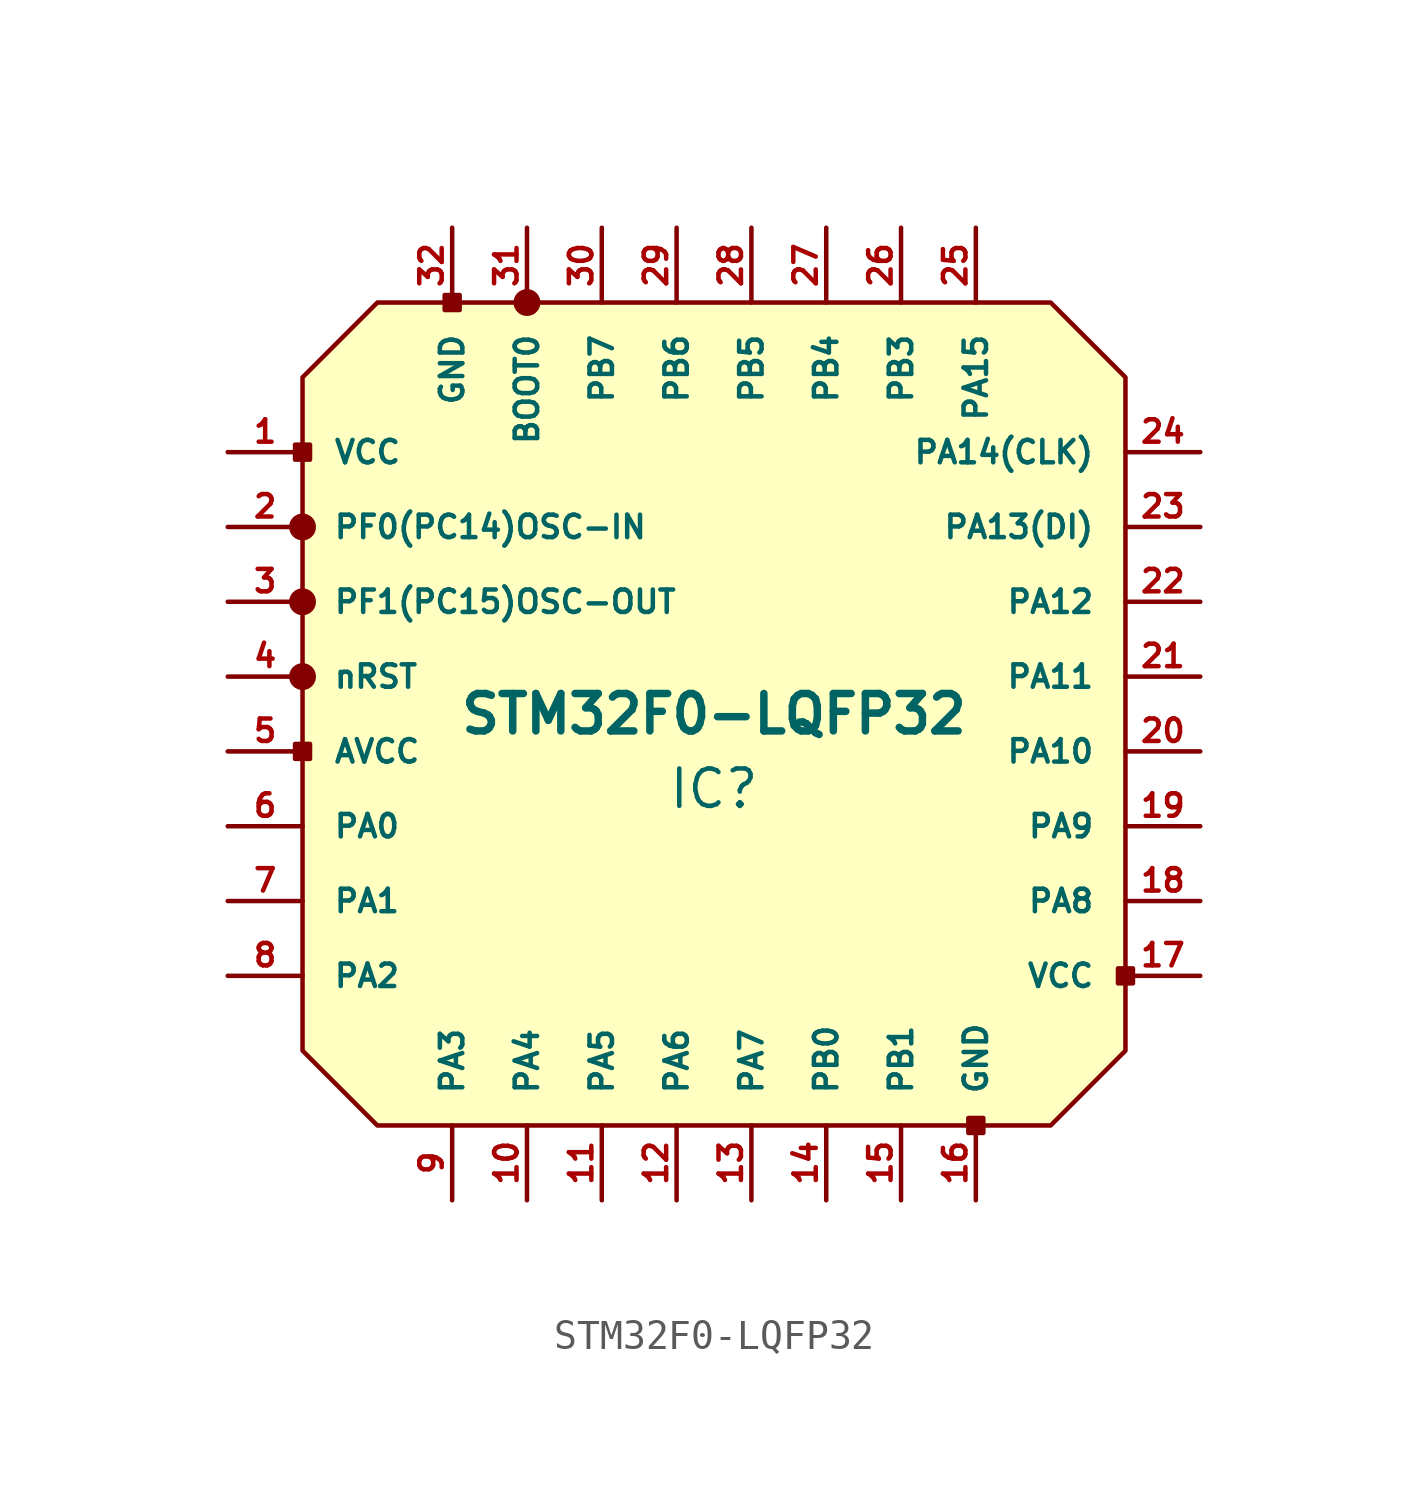
<source format=kicad_sym>
(kicad_symbol_lib
  (version 20231120)
  (generator "kicad_symbol_editor")
  (generator_version "8.0")
  (symbol "STM32F0-LQFP32"
    (pin_names
      (offset 1.016))
    (property "Reference" "IC"
      (at 0 -2.54 0)
      (effects (font (size 1.27 1.27))))
    (property "Value" "STM32F0-LQFP32"
      (at 0 0 0)
      (effects (font (size 1.27 1.27) (bold yes))))
    (symbol "STM32F0-LQFP32_0_1"
      (circle (center -13.97 1.27) (radius 0.381) (stroke (width 0) (type solid)) (fill (type outline)))
      (circle (center -13.97 3.81) (radius 0.381) (stroke (width 0) (type solid)) (fill (type outline)))
      (circle (center -13.97 6.35) (radius 0.381) (stroke (width 0) (type solid)) (fill (type outline)))
      (circle (center -6.35 13.97) (radius 0.381) (stroke (width 0) (type solid)) (fill (type outline)))
      (polyline (pts (xy -14.224 -1.016) (xy -14.224 -1.524) (xy -13.716 -1.524) (xy -13.716 -1.016) (xy -14.224 -1.016)) (stroke (width 0) (type solid)) (fill (type outline)))
      (polyline (pts (xy -13.716 9.144) (xy -14.224 9.144) (xy -14.224 8.636) (xy -13.716 8.636) (xy -13.716 9.144)) (stroke (width 0) (type solid)) (fill (type outline)))
      (polyline (pts (xy -9.144 14.224) (xy -9.144 13.716) (xy -8.636 13.716) (xy -8.636 14.224) (xy -9.144 14.224)) (stroke (width 0) (type solid)) (fill (type outline)))
      (polyline (pts (xy 8.636 -13.716) (xy 8.636 -14.224) (xy 9.144 -14.224) (xy 9.144 -13.716) (xy 8.636 -13.716)) (stroke (width 0) (type solid)) (fill (type outline)))
      (polyline (pts (xy 13.716 -9.144) (xy 14.224 -9.144) (xy 14.224 -8.636) (xy 13.716 -8.636) (xy 13.716 -9.144)) (stroke (width 0) (type solid)) (fill (type outline)))
      (polyline (pts (xy -13.97 11.43) (xy -11.43 13.97) (xy 10.16 13.97) (xy 11.43 13.97) (xy 13.97 11.43) (xy 13.97 -11.43) (xy 11.43 -13.97) (xy -11.43 -13.97) (xy -13.97 -11.43) (xy -13.97 11.43)) (stroke (width 0) (type solid)) (fill (type background))))
    (symbol "STM32F0-LQFP32_1_1"
      (pin power_in line (at -16.51 8.89 0) (length 2.54) (name "VCC" (effects (font (size 0.762 0.762)))) (number "1" (effects (font (size 0.762 0.762)))))
      (pin bidirectional line (at -6.35 -16.51 90) (length 2.54) (name "PA4" (effects (font (size 0.762 0.762)))) (number "10" (effects (font (size 0.762 0.762)))))
      (pin bidirectional line (at -3.81 -16.51 90) (length 2.54) (name "PA5" (effects (font (size 0.762 0.762)))) (number "11" (effects (font (size 0.762 0.762)))))
      (pin bidirectional line (at -1.27 -16.51 90) (length 2.54) (name "PA6" (effects (font (size 0.762 0.762)))) (number "12" (effects (font (size 0.762 0.762)))))
      (pin bidirectional line (at 1.27 -16.51 90) (length 2.54) (name "PA7" (effects (font (size 0.762 0.762)))) (number "13" (effects (font (size 0.762 0.762)))))
      (pin bidirectional line (at 3.81 -16.51 90) (length 2.54) (name "PB0" (effects (font (size 0.762 0.762)))) (number "14" (effects (font (size 0.762 0.762)))))
      (pin bidirectional line (at 6.35 -16.51 90) (length 2.54) (name "PB1" (effects (font (size 0.762 0.762)))) (number "15" (effects (font (size 0.762 0.762)))))
      (pin power_in line (at 8.89 -16.51 90) (length 2.54) (name "GND" (effects (font (size 0.762 0.762)))) (number "16" (effects (font (size 0.762 0.762)))))
      (pin power_in line (at 16.51 -8.89 180) (length 2.54) (name "VCC" (effects (font (size 0.762 0.762)))) (number "17" (effects (font (size 0.762 0.762)))))
      (pin bidirectional line (at 16.51 -6.35 180) (length 2.54) (name "PA8" (effects (font (size 0.762 0.762)))) (number "18" (effects (font (size 0.762 0.762)))))
      (pin bidirectional line (at 16.51 -3.81 180) (length 2.54) (name "PA9" (effects (font (size 0.762 0.762)))) (number "19" (effects (font (size 0.762 0.762)))))
      (pin passive line (at -16.51 6.35 0) (length 2.54) (name "PF0(PC14)OSC-IN" (effects (font (size 0.762 0.762)))) (number "2" (effects (font (size 0.762 0.762)))))
      (pin bidirectional line (at 16.51 -1.27 180) (length 2.54) (name "PA10" (effects (font (size 0.762 0.762)))) (number "20" (effects (font (size 0.762 0.762)))))
      (pin bidirectional line (at 16.51 1.27 180) (length 2.54) (name "PA11" (effects (font (size 0.762 0.762)))) (number "21" (effects (font (size 0.762 0.762)))))
      (pin bidirectional line (at 16.51 3.81 180) (length 2.54) (name "PA12" (effects (font (size 0.762 0.762)))) (number "22" (effects (font (size 0.762 0.762)))))
      (pin bidirectional line (at 16.51 6.35 180) (length 2.54) (name "PA13(DI)" (effects (font (size 0.762 0.762)))) (number "23" (effects (font (size 0.762 0.762)))))
      (pin bidirectional line (at 16.51 8.89 180) (length 2.54) (name "PA14(CLK)" (effects (font (size 0.762 0.762)))) (number "24" (effects (font (size 0.762 0.762)))))
      (pin bidirectional line (at 8.89 16.51 270) (length 2.54) (name "PA15" (effects (font (size 0.762 0.762)))) (number "25" (effects (font (size 0.762 0.762)))))
      (pin bidirectional line (at 6.35 16.51 270) (length 2.54) (name "PB3" (effects (font (size 0.762 0.762)))) (number "26" (effects (font (size 0.762 0.762)))))
      (pin bidirectional line (at 3.81 16.51 270) (length 2.54) (name "PB4" (effects (font (size 0.762 0.762)))) (number "27" (effects (font (size 0.762 0.762)))))
      (pin bidirectional line (at 1.27 16.51 270) (length 2.54) (name "PB5" (effects (font (size 0.762 0.762)))) (number "28" (effects (font (size 0.762 0.762)))))
      (pin bidirectional line (at -1.27 16.51 270) (length 2.54) (name "PB6" (effects (font (size 0.762 0.762)))) (number "29" (effects (font (size 0.762 0.762)))))
      (pin passive line (at -16.51 3.81 0) (length 2.54) (name "PF1(PC15)OSC-OUT" (effects (font (size 0.762 0.762)))) (number "3" (effects (font (size 0.762 0.762)))))
      (pin bidirectional line (at -3.81 16.51 270) (length 2.54) (name "PB7" (effects (font (size 0.762 0.762)))) (number "30" (effects (font (size 0.762 0.762)))))
      (pin input line (at -6.35 16.51 270) (length 2.54) (name "BOOT0" (effects (font (size 0.762 0.762)))) (number "31" (effects (font (size 0.762 0.762)))))
      (pin power_in line (at -8.89 16.51 270) (length 2.54) (name "GND" (effects (font (size 0.762 0.762)))) (number "32" (effects (font (size 0.762 0.762)))))
      (pin passive line (at -16.51 1.27 0) (length 2.54) (name "nRST" (effects (font (size 0.762 0.762)))) (number "4" (effects (font (size 0.762 0.762)))))
      (pin power_in line (at -16.51 -1.27 0) (length 2.54) (name "AVCC" (effects (font (size 0.762 0.762)))) (number "5" (effects (font (size 0.762 0.762)))))
      (pin bidirectional line (at -16.51 -3.81 0) (length 2.54) (name "PA0" (effects (font (size 0.762 0.762)))) (number "6" (effects (font (size 0.762 0.762)))))
      (pin bidirectional line (at -16.51 -6.35 0) (length 2.54) (name "PA1" (effects (font (size 0.762 0.762)))) (number "7" (effects (font (size 0.762 0.762)))))
      (pin bidirectional line (at -16.51 -8.89 0) (length 2.54) (name "PA2" (effects (font (size 0.762 0.762)))) (number "8" (effects (font (size 0.762 0.762)))))
      (pin bidirectional line (at -8.89 -16.51 90) (length 2.54) (name "PA3" (effects (font (size 0.762 0.762)))) (number "9" (effects (font (size 0.762 0.762))))))))
</source>
